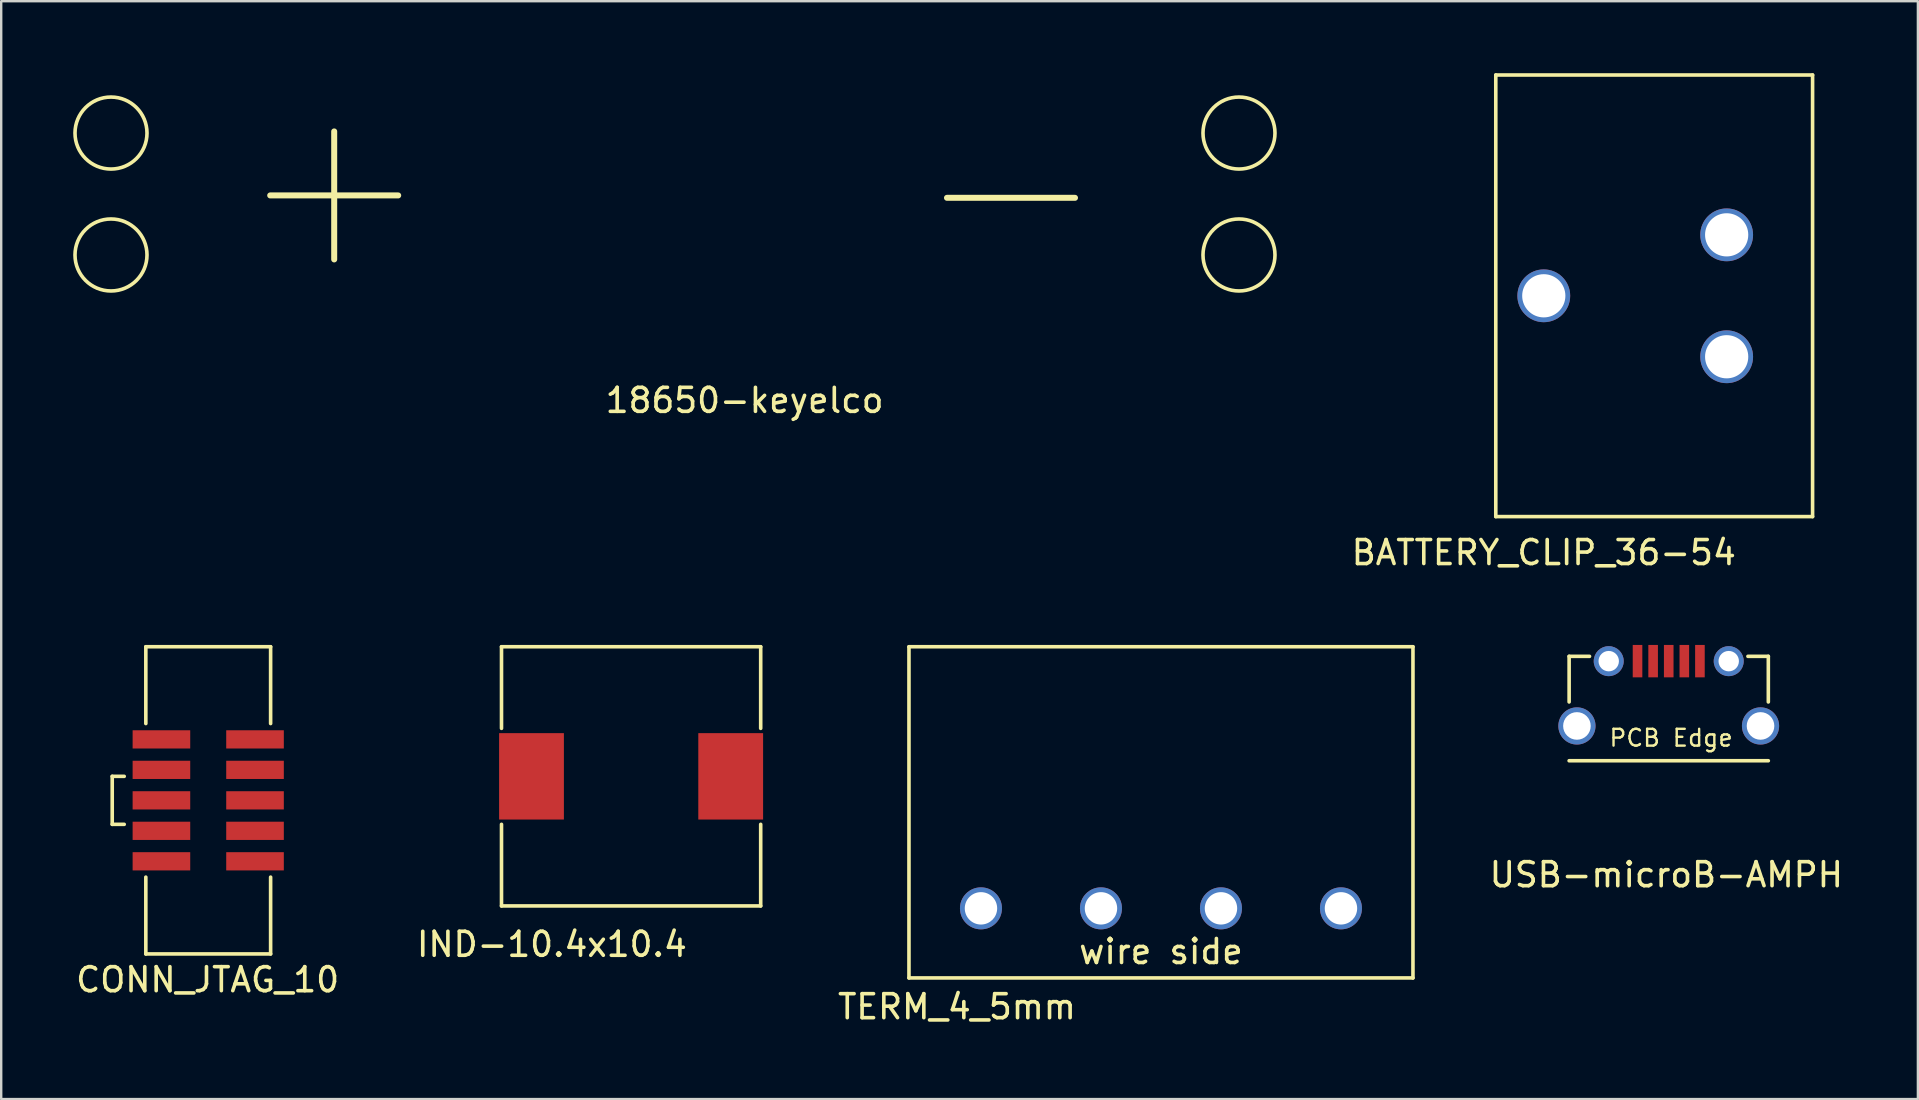
<source format=kicad_pcb>
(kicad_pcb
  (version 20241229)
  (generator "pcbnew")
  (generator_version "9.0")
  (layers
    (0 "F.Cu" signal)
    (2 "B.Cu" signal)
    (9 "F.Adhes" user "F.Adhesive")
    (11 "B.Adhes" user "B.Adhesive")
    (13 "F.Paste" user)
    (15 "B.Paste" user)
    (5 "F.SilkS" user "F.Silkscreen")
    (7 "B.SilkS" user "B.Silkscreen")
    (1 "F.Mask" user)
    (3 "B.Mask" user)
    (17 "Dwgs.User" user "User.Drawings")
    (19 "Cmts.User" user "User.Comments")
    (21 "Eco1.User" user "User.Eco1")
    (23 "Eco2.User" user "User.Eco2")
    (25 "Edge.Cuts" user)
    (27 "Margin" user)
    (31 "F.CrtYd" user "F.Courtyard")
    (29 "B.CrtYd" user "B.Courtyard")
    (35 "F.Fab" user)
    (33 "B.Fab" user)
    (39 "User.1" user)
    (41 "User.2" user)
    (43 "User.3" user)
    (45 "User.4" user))
  (footprint "IND-10.4x10.4"
    (layer "F.Cu")
    (at 23.246 29.298)
    (property "Reference" "IND-10.4x10.4" (at -3.3 7 0) (layer "F.SilkS") (effects (font (size 1 1) (thickness 0.15))))
    (attr through_hole)
    (fp_line (start -5.4 -5.4) (end -5.4 -2) (stroke (width 0.15) (type solid)) (layer "F.SilkS"))
    (fp_line (start -5.4 2) (end -5.4 5.4) (stroke (width 0.15) (type solid)) (layer "F.SilkS"))
    (fp_line (start -5.4 5.4) (end 5.4 5.4) (stroke (width 0.15) (type solid)) (layer "F.SilkS"))
    (fp_line (start 5.4 -5.4) (end -5.4 -5.4) (stroke (width 0.15) (type solid)) (layer "F.SilkS"))
    (fp_line (start 5.4 -2) (end 5.4 -5.4) (stroke (width 0.15) (type solid)) (layer "F.SilkS"))
    (fp_line (start 5.4 5.4) (end 5.4 2) (stroke (width 0.15) (type solid)) (layer "F.SilkS"))
    (pad "1" smd rect (at -4.15 0) (size 2.7 3.6) (layers "F.Cu" "F.Mask" "F.Paste"))
    (pad "2" smd rect (at 4.15 0) (size 2.7 3.6) (layers "F.Cu" "F.Mask" "F.Paste")))
  (footprint "USB-microB-AMPH"
    (layer "F.Cu")
    (at 66.481 27.198)
    (property "Reference" "USB-microB-AMPH" (at -0.1 6.2 0) (layer "F.SilkS") (effects (font (size 1 1) (thickness 0.15))))
    (attr through_hole)
    (fp_line (start -4.15 -2.9) (end -4.15 -1) (stroke (width 0.15) (type solid)) (layer "F.SilkS"))
    (fp_line (start -4.15 -2.9) (end -3.3 -2.9) (stroke (width 0.15) (type solid)) (layer "F.SilkS"))
    (fp_line (start -4.15 1.45) (end 4.15 1.45) (stroke (width 0.15) (type solid)) (layer "F.SilkS"))
    (fp_line (start 4.15 -2.9) (end 3.3 -2.9) (stroke (width 0.15) (type solid)) (layer "F.SilkS"))
    (fp_line (start 4.15 -2.9) (end 4.15 -1) (stroke (width 0.15) (type solid)) (layer "F.SilkS"))
    (fp_text user "PCB Edge" (at 0.1 0.5 0) (layer "F.SilkS") (effects (font (size 0.7 0.7) (thickness 0.1))))
    (pad "1" smd rect (at -1.3 -2.7) (size 0.4 1.35) (layers "F.Cu" "F.Mask" "F.Paste"))
    (pad "2" smd rect (at -0.65 -2.7) (size 0.4 1.35) (layers "F.Cu" "F.Mask" "F.Paste"))
    (pad "3" smd rect (at 0 -2.7) (size 0.4 1.35) (layers "F.Cu" "F.Mask" "F.Paste"))
    (pad "4" smd rect (at 0.65 -2.7) (size 0.4 1.35) (layers "F.Cu" "F.Mask" "F.Paste"))
    (pad "5" smd rect (at 1.3 -2.7) (size 0.4 1.35) (layers "F.Cu" "F.Mask" "F.Paste"))
    (pad "6" thru_hole circle (at -2.5 -2.7) (size 1.25 1.25) (drill 0.85) (layers "*.Cu" "*.Mask"))
    (pad "7" thru_hole circle (at 2.5 -2.7) (size 1.25 1.25) (drill 0.85) (layers "*.Cu" "*.Mask"))
    (pad "8" thru_hole circle (at -3.825 0) (size 1.55 1.55) (drill 1.15) (layers "*.Cu" "*.Mask"))
    (pad "9" thru_hole circle (at 3.825 0) (size 1.55 1.55) (drill 1.15) (layers "*.Cu" "*.Mask")))
  (footprint "TERM_4_5mm"
    (layer "F.Cu")
    (at 45.324 34.798)
    (property "Reference" "TERM_4_5mm" (at -8.5 4.1 0) (layer "F.SilkS") (effects (font (size 1 1) (thickness 0.15))))
    (attr through_hole)
    (fp_line (start -10.5 -10.9) (end -10.5 2.9) (stroke (width 0.15) (type solid)) (layer "F.SilkS"))
    (fp_line (start -10.5 -10.9) (end 10.5 -10.9) (stroke (width 0.15) (type solid)) (layer "F.SilkS"))
    (fp_line (start 10.5 -10.9) (end 10.5 2.9) (stroke (width 0.15) (type solid)) (layer "F.SilkS"))
    (fp_line (start 10.5 2.9) (end -10.5 2.9) (stroke (width 0.15) (type solid)) (layer "F.SilkS"))
    (fp_text user "wire side" (at 0 1.8 0) (layer "F.SilkS") (effects (font (size 1 1) (thickness 0.15))))
    (pad "1" thru_hole circle (at -7.5 0) (size 1.75 1.75) (drill 1.35) (layers "*.Cu" "*.Mask"))
    (pad "2" thru_hole circle (at -2.5 0) (size 1.75 1.75) (drill 1.35) (layers "*.Cu" "*.Mask"))
    (pad "3" thru_hole circle (at 2.5 0) (size 1.75 1.75) (drill 1.35) (layers "*.Cu" "*.Mask"))
    (pad "4" thru_hole circle (at 7.5 0) (size 1.75 1.75) (drill 1.35) (layers "*.Cu" "*.Mask")))
  (footprint "BATTERY_CLIP_36-54"
    (layer "F.Cu")
    (at 61.275 9.275)
    (property "Reference" "BATTERY_CLIP_36-54" (at 0 10.7 0) (layer "F.SilkS") (effects (font (size 1 1) (thickness 0.15))))
    (attr through_hole)
    (fp_line (start -2 -9.2) (end -2 9.2) (stroke (width 0.15) (type solid)) (layer "F.SilkS"))
    (fp_line (start -2 -9.2) (end 11.2 -9.2) (stroke (width 0.15) (type solid)) (layer "F.SilkS"))
    (fp_line (start -2 9.2) (end 11.2 9.2) (stroke (width 0.15) (type solid)) (layer "F.SilkS"))
    (fp_line (start 11.2 -9.2) (end 11.2 9.2) (stroke (width 0.15) (type solid)) (layer "F.SilkS"))
    (pad "1" thru_hole circle (at 0 0) (size 2.2 2.2) (drill 1.8) (layers "*.Cu" "*.Mask"))
    (pad "2" thru_hole circle (at 7.62 -2.54) (size 2.2 2.2) (drill 1.8) (layers "*.Cu" "*.Mask"))
    (pad "3" thru_hole circle (at 7.62 2.54) (size 2.2 2.2) (drill 1.8) (layers "*.Cu" "*.Mask")))
  (footprint "18650-keyelco"
    (layer "F.Cu")
    (at 25.075 5.034)
    (property "Reference" "18650-keyelco" (at 2.9 8.6 0) (layer "F.SilkS") (effects (font (size 1 1) (thickness 0.15))))
    (attr through_hole)
    (fp_circle (center -23.5 -2.54) (end -25 -2.54) (stroke (width 0.15) (type solid)) (fill no) (layer "F.SilkS"))
    (fp_circle (center -23.5 2.54) (end -22 2.54) (stroke (width 0.15) (type solid)) (fill no) (layer "F.SilkS"))
    (fp_circle (center 23.5 -2.54) (end 22 -2.54) (stroke (width 0.15) (type solid)) (fill no) (layer "F.SilkS"))
    (fp_circle (center 23.5 2.54) (end 25 2.54) (stroke (width 0.15) (type solid)) (fill no) (layer "F.SilkS"))
    (fp_text user "+" (at -14.2 -0.5 0) (layer "F.SilkS") (effects (font (size 7 7) (thickness 0.25))))
    (fp_text user "-" (at 14 -0.4 0) (layer "F.SilkS") (effects (font (size 7 7) (thickness 0.25)))))
  (footprint "CONN_JTAG_10"
    (layer "F.Cu")
    (at 5.626 30.298)
    (property "Reference" "CONN_JTAG_10" (at -0.025 7.475 0) (layer "F.SilkS") (effects (font (size 1 1) (thickness 0.15))))
    (attr through_hole)
    (fp_line (start -4 -1) (end -4 1) (stroke (width 0.15) (type solid)) (layer "F.SilkS"))
    (fp_line (start -4 1) (end -3.5 1) (stroke (width 0.15) (type solid)) (layer "F.SilkS"))
    (fp_line (start -3.5 -1) (end -4 -1) (stroke (width 0.15) (type solid)) (layer "F.SilkS"))
    (fp_line (start -2.6 -6.4) (end -2.6 -3.2) (stroke (width 0.15) (type solid)) (layer "F.SilkS"))
    (fp_line (start -2.6 3.2) (end -2.6 6.4) (stroke (width 0.15) (type solid)) (layer "F.SilkS"))
    (fp_line (start -2.6 6.4) (end 2.6 6.4) (stroke (width 0.15) (type solid)) (layer "F.SilkS"))
    (fp_line (start 2.6 -6.4) (end -2.6 -6.4) (stroke (width 0.15) (type solid)) (layer "F.SilkS"))
    (fp_line (start 2.6 -6.4) (end 2.6 -3.2) (stroke (width 0.15) (type solid)) (layer "F.SilkS"))
    (fp_line (start 2.6 6.4) (end 2.6 3.2) (stroke (width 0.15) (type solid)) (layer "F.SilkS"))
    (pad "1" smd rect (at -1.95 -2.54) (size 2.4 0.76) (layers "F.Cu" "F.Mask" "F.Paste"))
    (pad "2" smd rect (at 1.95 -2.54) (size 2.4 0.76) (layers "F.Cu" "F.Mask" "F.Paste"))
    (pad "3" smd rect (at -1.95 -1.27) (size 2.4 0.76) (layers "F.Cu" "F.Mask" "F.Paste"))
    (pad "4" smd rect (at 1.95 -1.27) (size 2.4 0.76) (layers "F.Cu" "F.Mask" "F.Paste"))
    (pad "5" smd rect (at -1.95 0) (size 2.4 0.76) (layers "F.Cu" "F.Mask" "F.Paste"))
    (pad "6" smd rect (at 1.95 0) (size 2.4 0.76) (layers "F.Cu" "F.Mask" "F.Paste"))
    (pad "7" smd rect (at -1.95 1.27) (size 2.4 0.76) (layers "F.Cu" "F.Mask" "F.Paste"))
    (pad "8" smd rect (at 1.95 1.27) (size 2.4 0.76) (layers "F.Cu" "F.Mask" "F.Paste"))
    (pad "9" smd rect (at -1.95 2.54) (size 2.4 0.76) (layers "F.Cu" "F.Mask" "F.Paste"))
    (pad "10" smd rect (at 1.95 2.54) (size 2.4 0.76) (layers "F.Cu" "F.Mask" "F.Paste")))
  (gr_rect
    (start -3 -3)
    (end 76.863 42.746)
    (stroke (width 0.1) (type default))
    (fill no)
    (layer "Edge.Cuts")))
</source>
